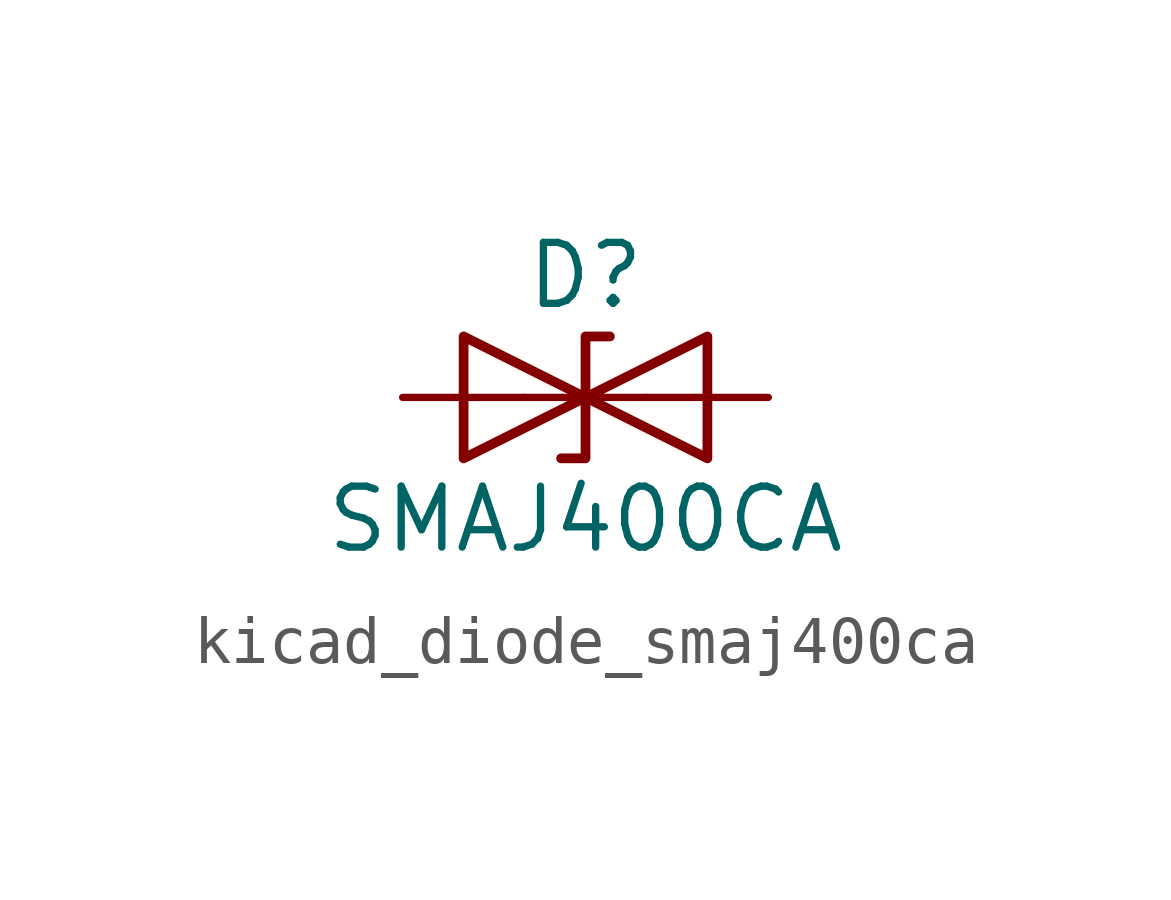
<source format=kicad_sym>
(kicad_symbol_lib
  (version 20220914)
  (generator kicad_symbol_editor)
  (symbol "kicad_diode_smaj400ca"
    (pin_numbers hide)
    (pin_names
      (offset 1.016) hide)
    (property "Reference" "D"
      (at 0 2.54 0)
      (effects (font (size 1.27 1.27))))
    (property "Value" "SMAJ400CA"
      (at 0 -2.54 0)
      (effects (font (size 1.27 1.27))))
    (symbol "kicad_diode_smaj400ca_0_1"
      (polyline (pts (xy 1.27 0) (xy -1.27 0)) (stroke (width 0) (type default)) (fill (type none)))
      (polyline (pts (xy -2.54 -1.27) (xy 0 0) (xy -2.54 1.27) (xy -2.54 -1.27)) (stroke (width 0.203) (type default)) (fill (type none)))
      (polyline (pts (xy 0.508 1.27) (xy 0 1.27) (xy 0 -1.27) (xy -0.508 -1.27)) (stroke (width 0.203) (type default)) (fill (type none)))
      (polyline (pts (xy 2.54 1.27) (xy 2.54 -1.27) (xy 0 0) (xy 2.54 1.27)) (stroke (width 0.203) (type default)) (fill (type none))))
    (symbol "kicad_diode_smaj400ca_1_1"
      (pin passive line (at -3.81 0 0) (length 2.54) (name "A1" (effects (font (size 1.27 1.27)))) (number "1" (effects (font (size 1.27 1.27)))))
      (pin passive line (at 3.81 0 180) (length 2.54) (name "A2" (effects (font (size 1.27 1.27)))) (number "2" (effects (font (size 1.27 1.27))))))))
</source>
